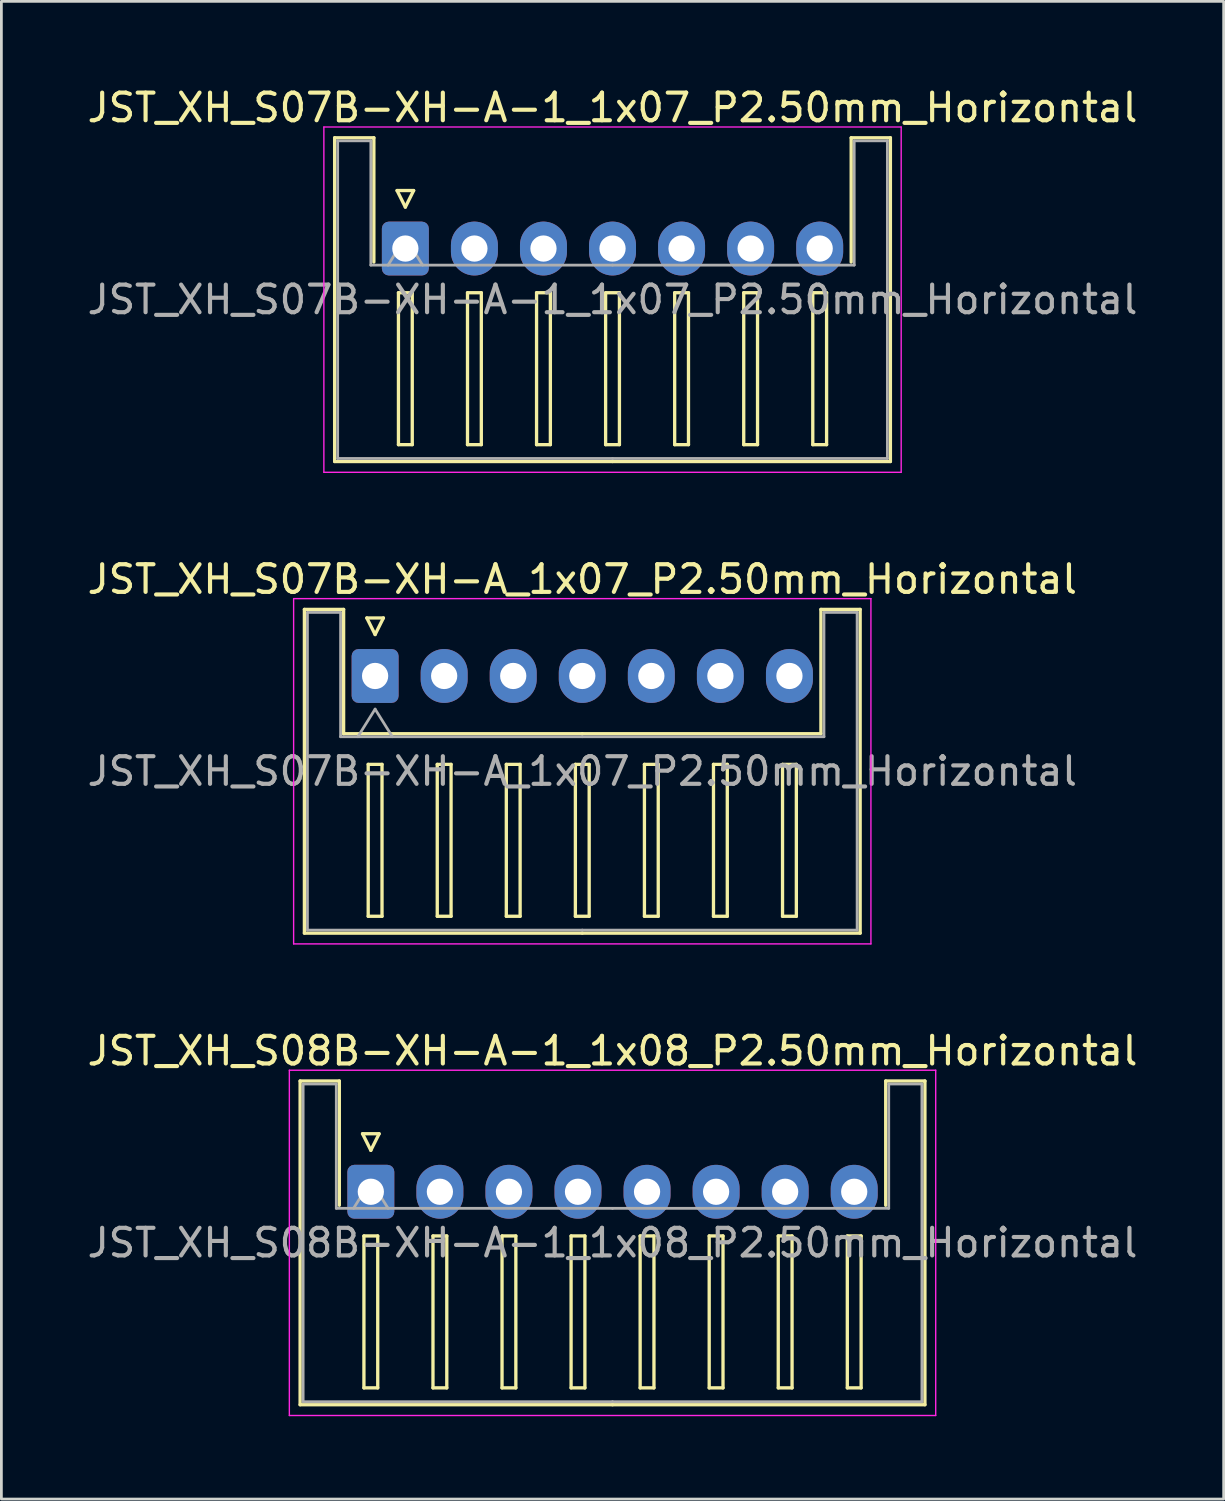
<source format=kicad_pcb>
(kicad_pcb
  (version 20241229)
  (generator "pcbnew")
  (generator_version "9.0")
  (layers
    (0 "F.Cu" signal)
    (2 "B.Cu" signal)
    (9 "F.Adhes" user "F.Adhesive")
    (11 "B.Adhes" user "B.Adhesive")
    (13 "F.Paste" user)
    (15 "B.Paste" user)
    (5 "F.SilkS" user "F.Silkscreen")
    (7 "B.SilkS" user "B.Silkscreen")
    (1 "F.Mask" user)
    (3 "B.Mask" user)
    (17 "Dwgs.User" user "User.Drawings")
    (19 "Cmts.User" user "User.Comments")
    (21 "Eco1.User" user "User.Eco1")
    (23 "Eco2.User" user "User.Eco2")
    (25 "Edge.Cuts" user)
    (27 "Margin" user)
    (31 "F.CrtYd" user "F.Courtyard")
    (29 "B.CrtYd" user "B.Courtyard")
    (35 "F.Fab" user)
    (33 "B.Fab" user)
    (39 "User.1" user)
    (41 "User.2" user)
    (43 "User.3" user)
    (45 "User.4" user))
  (footprint "JST_XH_S08B-XH-A-1_1x08_P2.50mm_Horizontal"
    (layer "F.Cu")
    (at 10.375 40.095)
    (property "Reference" "JST_XH_S08B-XH-A-1_1x08_P2.50mm_Horizontal" (at 8.75 -5.1 0) (layer "F.SilkS") (effects (font (size 1 1) (thickness 0.15))))
    (attr through_hole)
    (fp_line (start -2.56 -4.01) (end -1.14 -4.01) (stroke (width 0.12) (type solid)) (layer "F.SilkS"))
    (fp_line (start -2.56 7.71) (end -2.56 -4.01) (stroke (width 0.12) (type solid)) (layer "F.SilkS"))
    (fp_line (start -1.14 -4.01) (end -1.14 0.49) (stroke (width 0.12) (type solid)) (layer "F.SilkS"))
    (fp_line (start -0.3 -2.1) (end 0.3 -2.1) (stroke (width 0.12) (type solid)) (layer "F.SilkS"))
    (fp_line (start -0.25 1.6) (end -0.25 7.1) (stroke (width 0.12) (type solid)) (layer "F.SilkS"))
    (fp_line (start -0.25 7.1) (end 0.25 7.1) (stroke (width 0.12) (type solid)) (layer "F.SilkS"))
    (fp_line (start 0 -1.5) (end -0.3 -2.1) (stroke (width 0.12) (type solid)) (layer "F.SilkS"))
    (fp_line (start 0.25 1.6) (end -0.25 1.6) (stroke (width 0.12) (type solid)) (layer "F.SilkS"))
    (fp_line (start 0.25 7.1) (end 0.25 1.6) (stroke (width 0.12) (type solid)) (layer "F.SilkS"))
    (fp_line (start 0.3 -2.1) (end 0 -1.5) (stroke (width 0.12) (type solid)) (layer "F.SilkS"))
    (fp_line (start 2.25 1.6) (end 2.25 7.1) (stroke (width 0.12) (type solid)) (layer "F.SilkS"))
    (fp_line (start 2.25 7.1) (end 2.75 7.1) (stroke (width 0.12) (type solid)) (layer "F.SilkS"))
    (fp_line (start 2.75 1.6) (end 2.25 1.6) (stroke (width 0.12) (type solid)) (layer "F.SilkS"))
    (fp_line (start 2.75 7.1) (end 2.75 1.6) (stroke (width 0.12) (type solid)) (layer "F.SilkS"))
    (fp_line (start 4.75 1.6) (end 4.75 7.1) (stroke (width 0.12) (type solid)) (layer "F.SilkS"))
    (fp_line (start 4.75 7.1) (end 5.25 7.1) (stroke (width 0.12) (type solid)) (layer "F.SilkS"))
    (fp_line (start 5.25 1.6) (end 4.75 1.6) (stroke (width 0.12) (type solid)) (layer "F.SilkS"))
    (fp_line (start 5.25 7.1) (end 5.25 1.6) (stroke (width 0.12) (type solid)) (layer "F.SilkS"))
    (fp_line (start 7.25 1.6) (end 7.25 7.1) (stroke (width 0.12) (type solid)) (layer "F.SilkS"))
    (fp_line (start 7.25 7.1) (end 7.75 7.1) (stroke (width 0.12) (type solid)) (layer "F.SilkS"))
    (fp_line (start 7.75 1.6) (end 7.25 1.6) (stroke (width 0.12) (type solid)) (layer "F.SilkS"))
    (fp_line (start 7.75 7.1) (end 7.75 1.6) (stroke (width 0.12) (type solid)) (layer "F.SilkS"))
    (fp_line (start 8.75 7.71) (end -2.56 7.71) (stroke (width 0.12) (type solid)) (layer "F.SilkS"))
    (fp_line (start 8.75 7.71) (end 20.06 7.71) (stroke (width 0.12) (type solid)) (layer "F.SilkS"))
    (fp_line (start 9.75 1.6) (end 9.75 7.1) (stroke (width 0.12) (type solid)) (layer "F.SilkS"))
    (fp_line (start 9.75 7.1) (end 10.25 7.1) (stroke (width 0.12) (type solid)) (layer "F.SilkS"))
    (fp_line (start 10.25 1.6) (end 9.75 1.6) (stroke (width 0.12) (type solid)) (layer "F.SilkS"))
    (fp_line (start 10.25 7.1) (end 10.25 1.6) (stroke (width 0.12) (type solid)) (layer "F.SilkS"))
    (fp_line (start 12.25 1.6) (end 12.25 7.1) (stroke (width 0.12) (type solid)) (layer "F.SilkS"))
    (fp_line (start 12.25 7.1) (end 12.75 7.1) (stroke (width 0.12) (type solid)) (layer "F.SilkS"))
    (fp_line (start 12.75 1.6) (end 12.25 1.6) (stroke (width 0.12) (type solid)) (layer "F.SilkS"))
    (fp_line (start 12.75 7.1) (end 12.75 1.6) (stroke (width 0.12) (type solid)) (layer "F.SilkS"))
    (fp_line (start 14.75 1.6) (end 14.75 7.1) (stroke (width 0.12) (type solid)) (layer "F.SilkS"))
    (fp_line (start 14.75 7.1) (end 15.25 7.1) (stroke (width 0.12) (type solid)) (layer "F.SilkS"))
    (fp_line (start 15.25 1.6) (end 14.75 1.6) (stroke (width 0.12) (type solid)) (layer "F.SilkS"))
    (fp_line (start 15.25 7.1) (end 15.25 1.6) (stroke (width 0.12) (type solid)) (layer "F.SilkS"))
    (fp_line (start 17.25 1.6) (end 17.25 7.1) (stroke (width 0.12) (type solid)) (layer "F.SilkS"))
    (fp_line (start 17.25 7.1) (end 17.75 7.1) (stroke (width 0.12) (type solid)) (layer "F.SilkS"))
    (fp_line (start 17.75 1.6) (end 17.25 1.6) (stroke (width 0.12) (type solid)) (layer "F.SilkS"))
    (fp_line (start 17.75 7.1) (end 17.75 1.6) (stroke (width 0.12) (type solid)) (layer "F.SilkS"))
    (fp_line (start 18.64 -4.01) (end 18.64 0.49) (stroke (width 0.12) (type solid)) (layer "F.SilkS"))
    (fp_line (start 20.06 -4.01) (end 18.64 -4.01) (stroke (width 0.12) (type solid)) (layer "F.SilkS"))
    (fp_line (start 20.06 7.71) (end 20.06 -4.01) (stroke (width 0.12) (type solid)) (layer "F.SilkS"))
    (fp_line (start -2.95 -4.4) (end -2.95 8.1) (stroke (width 0.05) (type solid)) (layer "F.CrtYd"))
    (fp_line (start -2.95 8.1) (end 20.45 8.1) (stroke (width 0.05) (type solid)) (layer "F.CrtYd"))
    (fp_line (start 20.45 -4.4) (end -2.95 -4.4) (stroke (width 0.05) (type solid)) (layer "F.CrtYd"))
    (fp_line (start 20.45 8.1) (end 20.45 -4.4) (stroke (width 0.05) (type solid)) (layer "F.CrtYd"))
    (fp_line (start -2.45 -3.9) (end -1.25 -3.9) (stroke (width 0.1) (type solid)) (layer "F.Fab"))
    (fp_line (start -2.45 7.6) (end -2.45 -3.9) (stroke (width 0.1) (type solid)) (layer "F.Fab"))
    (fp_line (start -1.25 -3.9) (end -1.25 0.6) (stroke (width 0.1) (type solid)) (layer "F.Fab"))
    (fp_line (start -1.25 0.6) (end 8.75 0.6) (stroke (width 0.1) (type solid)) (layer "F.Fab"))
    (fp_line (start -0.625 0.6) (end 0 -0.4) (stroke (width 0.1) (type solid)) (layer "F.Fab"))
    (fp_line (start 0 -0.4) (end 0.625 0.6) (stroke (width 0.1) (type solid)) (layer "F.Fab"))
    (fp_line (start 8.75 7.6) (end -2.45 7.6) (stroke (width 0.1) (type solid)) (layer "F.Fab"))
    (fp_line (start 8.75 7.6) (end 19.95 7.6) (stroke (width 0.1) (type solid)) (layer "F.Fab"))
    (fp_line (start 18.75 -3.9) (end 18.75 0.6) (stroke (width 0.1) (type solid)) (layer "F.Fab"))
    (fp_line (start 18.75 0.6) (end 8.75 0.6) (stroke (width 0.1) (type solid)) (layer "F.Fab"))
    (fp_line (start 19.95 -3.9) (end 18.75 -3.9) (stroke (width 0.1) (type solid)) (layer "F.Fab"))
    (fp_line (start 19.95 7.6) (end 19.95 -3.9) (stroke (width 0.1) (type solid)) (layer "F.Fab"))
    (fp_text user "${REFERENCE}" (at 8.75 1.85 0) (layer "F.Fab") (effects (font (size 1 1) (thickness 0.15))))
    (pad "1" thru_hole roundrect (at 0 0) (size 1.7 1.95) (drill 0.95) (layers "*.Cu" "*.Mask") (roundrect_rratio 0.147))
    (pad "2" thru_hole oval (at 2.5 0) (size 1.7 1.95) (drill 0.95) (layers "*.Cu" "*.Mask"))
    (pad "3" thru_hole oval (at 5 0) (size 1.7 1.95) (drill 0.95) (layers "*.Cu" "*.Mask"))
    (pad "4" thru_hole oval (at 7.5 0) (size 1.7 1.95) (drill 0.95) (layers "*.Cu" "*.Mask"))
    (pad "5" thru_hole oval (at 10 0) (size 1.7 1.95) (drill 0.95) (layers "*.Cu" "*.Mask"))
    (pad "6" thru_hole oval (at 12.5 0) (size 1.7 1.95) (drill 0.95) (layers "*.Cu" "*.Mask"))
    (pad "7" thru_hole oval (at 15 0) (size 1.7 1.95) (drill 0.95) (layers "*.Cu" "*.Mask"))
    (pad "8" thru_hole oval (at 17.5 0) (size 1.7 1.95) (drill 0.95) (layers "*.Cu" "*.Mask")))
  (footprint "JST_XH_S07B-XH-A-1_1x07_P2.50mm_Horizontal"
    (layer "F.Cu")
    (at 11.625 5.948)
    (property "Reference" "JST_XH_S07B-XH-A-1_1x07_P2.50mm_Horizontal" (at 7.5 -5.1 0) (layer "F.SilkS") (effects (font (size 1 1) (thickness 0.15))))
    (attr through_hole)
    (fp_line (start -2.56 -4.01) (end -1.14 -4.01) (stroke (width 0.12) (type solid)) (layer "F.SilkS"))
    (fp_line (start -2.56 7.71) (end -2.56 -4.01) (stroke (width 0.12) (type solid)) (layer "F.SilkS"))
    (fp_line (start -1.14 -4.01) (end -1.14 0.49) (stroke (width 0.12) (type solid)) (layer "F.SilkS"))
    (fp_line (start -0.3 -2.1) (end 0.3 -2.1) (stroke (width 0.12) (type solid)) (layer "F.SilkS"))
    (fp_line (start -0.25 1.6) (end -0.25 7.1) (stroke (width 0.12) (type solid)) (layer "F.SilkS"))
    (fp_line (start -0.25 7.1) (end 0.25 7.1) (stroke (width 0.12) (type solid)) (layer "F.SilkS"))
    (fp_line (start 0 -1.5) (end -0.3 -2.1) (stroke (width 0.12) (type solid)) (layer "F.SilkS"))
    (fp_line (start 0.25 1.6) (end -0.25 1.6) (stroke (width 0.12) (type solid)) (layer "F.SilkS"))
    (fp_line (start 0.25 7.1) (end 0.25 1.6) (stroke (width 0.12) (type solid)) (layer "F.SilkS"))
    (fp_line (start 0.3 -2.1) (end 0 -1.5) (stroke (width 0.12) (type solid)) (layer "F.SilkS"))
    (fp_line (start 2.25 1.6) (end 2.25 7.1) (stroke (width 0.12) (type solid)) (layer "F.SilkS"))
    (fp_line (start 2.25 7.1) (end 2.75 7.1) (stroke (width 0.12) (type solid)) (layer "F.SilkS"))
    (fp_line (start 2.75 1.6) (end 2.25 1.6) (stroke (width 0.12) (type solid)) (layer "F.SilkS"))
    (fp_line (start 2.75 7.1) (end 2.75 1.6) (stroke (width 0.12) (type solid)) (layer "F.SilkS"))
    (fp_line (start 4.75 1.6) (end 4.75 7.1) (stroke (width 0.12) (type solid)) (layer "F.SilkS"))
    (fp_line (start 4.75 7.1) (end 5.25 7.1) (stroke (width 0.12) (type solid)) (layer "F.SilkS"))
    (fp_line (start 5.25 1.6) (end 4.75 1.6) (stroke (width 0.12) (type solid)) (layer "F.SilkS"))
    (fp_line (start 5.25 7.1) (end 5.25 1.6) (stroke (width 0.12) (type solid)) (layer "F.SilkS"))
    (fp_line (start 7.25 1.6) (end 7.25 7.1) (stroke (width 0.12) (type solid)) (layer "F.SilkS"))
    (fp_line (start 7.25 7.1) (end 7.75 7.1) (stroke (width 0.12) (type solid)) (layer "F.SilkS"))
    (fp_line (start 7.5 7.71) (end -2.56 7.71) (stroke (width 0.12) (type solid)) (layer "F.SilkS"))
    (fp_line (start 7.5 7.71) (end 17.56 7.71) (stroke (width 0.12) (type solid)) (layer "F.SilkS"))
    (fp_line (start 7.75 1.6) (end 7.25 1.6) (stroke (width 0.12) (type solid)) (layer "F.SilkS"))
    (fp_line (start 7.75 7.1) (end 7.75 1.6) (stroke (width 0.12) (type solid)) (layer "F.SilkS"))
    (fp_line (start 9.75 1.6) (end 9.75 7.1) (stroke (width 0.12) (type solid)) (layer "F.SilkS"))
    (fp_line (start 9.75 7.1) (end 10.25 7.1) (stroke (width 0.12) (type solid)) (layer "F.SilkS"))
    (fp_line (start 10.25 1.6) (end 9.75 1.6) (stroke (width 0.12) (type solid)) (layer "F.SilkS"))
    (fp_line (start 10.25 7.1) (end 10.25 1.6) (stroke (width 0.12) (type solid)) (layer "F.SilkS"))
    (fp_line (start 12.25 1.6) (end 12.25 7.1) (stroke (width 0.12) (type solid)) (layer "F.SilkS"))
    (fp_line (start 12.25 7.1) (end 12.75 7.1) (stroke (width 0.12) (type solid)) (layer "F.SilkS"))
    (fp_line (start 12.75 1.6) (end 12.25 1.6) (stroke (width 0.12) (type solid)) (layer "F.SilkS"))
    (fp_line (start 12.75 7.1) (end 12.75 1.6) (stroke (width 0.12) (type solid)) (layer "F.SilkS"))
    (fp_line (start 14.75 1.6) (end 14.75 7.1) (stroke (width 0.12) (type solid)) (layer "F.SilkS"))
    (fp_line (start 14.75 7.1) (end 15.25 7.1) (stroke (width 0.12) (type solid)) (layer "F.SilkS"))
    (fp_line (start 15.25 1.6) (end 14.75 1.6) (stroke (width 0.12) (type solid)) (layer "F.SilkS"))
    (fp_line (start 15.25 7.1) (end 15.25 1.6) (stroke (width 0.12) (type solid)) (layer "F.SilkS"))
    (fp_line (start 16.14 -4.01) (end 16.14 0.49) (stroke (width 0.12) (type solid)) (layer "F.SilkS"))
    (fp_line (start 17.56 -4.01) (end 16.14 -4.01) (stroke (width 0.12) (type solid)) (layer "F.SilkS"))
    (fp_line (start 17.56 7.71) (end 17.56 -4.01) (stroke (width 0.12) (type solid)) (layer "F.SilkS"))
    (fp_line (start -2.95 -4.4) (end -2.95 8.1) (stroke (width 0.05) (type solid)) (layer "F.CrtYd"))
    (fp_line (start -2.95 8.1) (end 17.95 8.1) (stroke (width 0.05) (type solid)) (layer "F.CrtYd"))
    (fp_line (start 17.95 -4.4) (end -2.95 -4.4) (stroke (width 0.05) (type solid)) (layer "F.CrtYd"))
    (fp_line (start 17.95 8.1) (end 17.95 -4.4) (stroke (width 0.05) (type solid)) (layer "F.CrtYd"))
    (fp_line (start -2.45 -3.9) (end -1.25 -3.9) (stroke (width 0.1) (type solid)) (layer "F.Fab"))
    (fp_line (start -2.45 7.6) (end -2.45 -3.9) (stroke (width 0.1) (type solid)) (layer "F.Fab"))
    (fp_line (start -1.25 -3.9) (end -1.25 0.6) (stroke (width 0.1) (type solid)) (layer "F.Fab"))
    (fp_line (start -1.25 0.6) (end 7.5 0.6) (stroke (width 0.1) (type solid)) (layer "F.Fab"))
    (fp_line (start -0.625 0.6) (end 0 -0.4) (stroke (width 0.1) (type solid)) (layer "F.Fab"))
    (fp_line (start 0 -0.4) (end 0.625 0.6) (stroke (width 0.1) (type solid)) (layer "F.Fab"))
    (fp_line (start 7.5 7.6) (end -2.45 7.6) (stroke (width 0.1) (type solid)) (layer "F.Fab"))
    (fp_line (start 7.5 7.6) (end 17.45 7.6) (stroke (width 0.1) (type solid)) (layer "F.Fab"))
    (fp_line (start 16.25 -3.9) (end 16.25 0.6) (stroke (width 0.1) (type solid)) (layer "F.Fab"))
    (fp_line (start 16.25 0.6) (end 7.5 0.6) (stroke (width 0.1) (type solid)) (layer "F.Fab"))
    (fp_line (start 17.45 -3.9) (end 16.25 -3.9) (stroke (width 0.1) (type solid)) (layer "F.Fab"))
    (fp_line (start 17.45 7.6) (end 17.45 -3.9) (stroke (width 0.1) (type solid)) (layer "F.Fab"))
    (fp_text user "${REFERENCE}" (at 7.5 1.85 0) (layer "F.Fab") (effects (font (size 1 1) (thickness 0.15))))
    (pad "1" thru_hole roundrect (at 0 0) (size 1.7 1.95) (drill 0.95) (layers "*.Cu" "*.Mask") (roundrect_rratio 0.147))
    (pad "2" thru_hole oval (at 2.5 0) (size 1.7 1.95) (drill 0.95) (layers "*.Cu" "*.Mask"))
    (pad "3" thru_hole oval (at 5 0) (size 1.7 1.95) (drill 0.95) (layers "*.Cu" "*.Mask"))
    (pad "4" thru_hole oval (at 7.5 0) (size 1.7 1.95) (drill 0.95) (layers "*.Cu" "*.Mask"))
    (pad "5" thru_hole oval (at 10 0) (size 1.7 1.95) (drill 0.95) (layers "*.Cu" "*.Mask"))
    (pad "6" thru_hole oval (at 12.5 0) (size 1.7 1.95) (drill 0.95) (layers "*.Cu" "*.Mask"))
    (pad "7" thru_hole oval (at 15 0) (size 1.7 1.95) (drill 0.95) (layers "*.Cu" "*.Mask")))
  (footprint "JST_XH_S07B-XH-A_1x07_P2.50mm_Horizontal"
    (layer "F.Cu")
    (at 10.53 21.422)
    (property "Reference" "JST_XH_S07B-XH-A_1x07_P2.50mm_Horizontal" (at 7.5 -3.5 0) (layer "F.SilkS") (effects (font (size 1 1) (thickness 0.15))))
    (attr through_hole)
    (fp_line (start -2.56 -2.41) (end -1.14 -2.41) (stroke (width 0.12) (type solid)) (layer "F.SilkS"))
    (fp_line (start -2.56 9.31) (end -2.56 -2.41) (stroke (width 0.12) (type solid)) (layer "F.SilkS"))
    (fp_line (start -1.14 -2.41) (end -1.14 2.09) (stroke (width 0.12) (type solid)) (layer "F.SilkS"))
    (fp_line (start -1.14 2.09) (end 7.5 2.09) (stroke (width 0.12) (type solid)) (layer "F.SilkS"))
    (fp_line (start -0.3 -2.1) (end 0.3 -2.1) (stroke (width 0.12) (type solid)) (layer "F.SilkS"))
    (fp_line (start -0.25 3.2) (end -0.25 8.7) (stroke (width 0.12) (type solid)) (layer "F.SilkS"))
    (fp_line (start -0.25 8.7) (end 0.25 8.7) (stroke (width 0.12) (type solid)) (layer "F.SilkS"))
    (fp_line (start 0 -1.5) (end -0.3 -2.1) (stroke (width 0.12) (type solid)) (layer "F.SilkS"))
    (fp_line (start 0.25 3.2) (end -0.25 3.2) (stroke (width 0.12) (type solid)) (layer "F.SilkS"))
    (fp_line (start 0.25 8.7) (end 0.25 3.2) (stroke (width 0.12) (type solid)) (layer "F.SilkS"))
    (fp_line (start 0.3 -2.1) (end 0 -1.5) (stroke (width 0.12) (type solid)) (layer "F.SilkS"))
    (fp_line (start 2.25 3.2) (end 2.25 8.7) (stroke (width 0.12) (type solid)) (layer "F.SilkS"))
    (fp_line (start 2.25 8.7) (end 2.75 8.7) (stroke (width 0.12) (type solid)) (layer "F.SilkS"))
    (fp_line (start 2.75 3.2) (end 2.25 3.2) (stroke (width 0.12) (type solid)) (layer "F.SilkS"))
    (fp_line (start 2.75 8.7) (end 2.75 3.2) (stroke (width 0.12) (type solid)) (layer "F.SilkS"))
    (fp_line (start 4.75 3.2) (end 4.75 8.7) (stroke (width 0.12) (type solid)) (layer "F.SilkS"))
    (fp_line (start 4.75 8.7) (end 5.25 8.7) (stroke (width 0.12) (type solid)) (layer "F.SilkS"))
    (fp_line (start 5.25 3.2) (end 4.75 3.2) (stroke (width 0.12) (type solid)) (layer "F.SilkS"))
    (fp_line (start 5.25 8.7) (end 5.25 3.2) (stroke (width 0.12) (type solid)) (layer "F.SilkS"))
    (fp_line (start 7.25 3.2) (end 7.25 8.7) (stroke (width 0.12) (type solid)) (layer "F.SilkS"))
    (fp_line (start 7.25 8.7) (end 7.75 8.7) (stroke (width 0.12) (type solid)) (layer "F.SilkS"))
    (fp_line (start 7.5 9.31) (end -2.56 9.31) (stroke (width 0.12) (type solid)) (layer "F.SilkS"))
    (fp_line (start 7.5 9.31) (end 17.56 9.31) (stroke (width 0.12) (type solid)) (layer "F.SilkS"))
    (fp_line (start 7.75 3.2) (end 7.25 3.2) (stroke (width 0.12) (type solid)) (layer "F.SilkS"))
    (fp_line (start 7.75 8.7) (end 7.75 3.2) (stroke (width 0.12) (type solid)) (layer "F.SilkS"))
    (fp_line (start 9.75 3.2) (end 9.75 8.7) (stroke (width 0.12) (type solid)) (layer "F.SilkS"))
    (fp_line (start 9.75 8.7) (end 10.25 8.7) (stroke (width 0.12) (type solid)) (layer "F.SilkS"))
    (fp_line (start 10.25 3.2) (end 9.75 3.2) (stroke (width 0.12) (type solid)) (layer "F.SilkS"))
    (fp_line (start 10.25 8.7) (end 10.25 3.2) (stroke (width 0.12) (type solid)) (layer "F.SilkS"))
    (fp_line (start 12.25 3.2) (end 12.25 8.7) (stroke (width 0.12) (type solid)) (layer "F.SilkS"))
    (fp_line (start 12.25 8.7) (end 12.75 8.7) (stroke (width 0.12) (type solid)) (layer "F.SilkS"))
    (fp_line (start 12.75 3.2) (end 12.25 3.2) (stroke (width 0.12) (type solid)) (layer "F.SilkS"))
    (fp_line (start 12.75 8.7) (end 12.75 3.2) (stroke (width 0.12) (type solid)) (layer "F.SilkS"))
    (fp_line (start 14.75 3.2) (end 14.75 8.7) (stroke (width 0.12) (type solid)) (layer "F.SilkS"))
    (fp_line (start 14.75 8.7) (end 15.25 8.7) (stroke (width 0.12) (type solid)) (layer "F.SilkS"))
    (fp_line (start 15.25 3.2) (end 14.75 3.2) (stroke (width 0.12) (type solid)) (layer "F.SilkS"))
    (fp_line (start 15.25 8.7) (end 15.25 3.2) (stroke (width 0.12) (type solid)) (layer "F.SilkS"))
    (fp_line (start 16.14 -2.41) (end 16.14 2.09) (stroke (width 0.12) (type solid)) (layer "F.SilkS"))
    (fp_line (start 16.14 2.09) (end 7.5 2.09) (stroke (width 0.12) (type solid)) (layer "F.SilkS"))
    (fp_line (start 17.56 -2.41) (end 16.14 -2.41) (stroke (width 0.12) (type solid)) (layer "F.SilkS"))
    (fp_line (start 17.56 9.31) (end 17.56 -2.41) (stroke (width 0.12) (type solid)) (layer "F.SilkS"))
    (fp_line (start -2.95 -2.8) (end -2.95 9.7) (stroke (width 0.05) (type solid)) (layer "F.CrtYd"))
    (fp_line (start -2.95 9.7) (end 17.95 9.7) (stroke (width 0.05) (type solid)) (layer "F.CrtYd"))
    (fp_line (start 17.95 -2.8) (end -2.95 -2.8) (stroke (width 0.05) (type solid)) (layer "F.CrtYd"))
    (fp_line (start 17.95 9.7) (end 17.95 -2.8) (stroke (width 0.05) (type solid)) (layer "F.CrtYd"))
    (fp_line (start -2.45 -2.3) (end -1.25 -2.3) (stroke (width 0.1) (type solid)) (layer "F.Fab"))
    (fp_line (start -2.45 9.2) (end -2.45 -2.3) (stroke (width 0.1) (type solid)) (layer "F.Fab"))
    (fp_line (start -1.25 -2.3) (end -1.25 2.2) (stroke (width 0.1) (type solid)) (layer "F.Fab"))
    (fp_line (start -1.25 2.2) (end 7.5 2.2) (stroke (width 0.1) (type solid)) (layer "F.Fab"))
    (fp_line (start -0.625 2.2) (end 0 1.2) (stroke (width 0.1) (type solid)) (layer "F.Fab"))
    (fp_line (start 0 1.2) (end 0.625 2.2) (stroke (width 0.1) (type solid)) (layer "F.Fab"))
    (fp_line (start 7.5 9.2) (end -2.45 9.2) (stroke (width 0.1) (type solid)) (layer "F.Fab"))
    (fp_line (start 7.5 9.2) (end 17.45 9.2) (stroke (width 0.1) (type solid)) (layer "F.Fab"))
    (fp_line (start 16.25 -2.3) (end 16.25 2.2) (stroke (width 0.1) (type solid)) (layer "F.Fab"))
    (fp_line (start 16.25 2.2) (end 7.5 2.2) (stroke (width 0.1) (type solid)) (layer "F.Fab"))
    (fp_line (start 17.45 -2.3) (end 16.25 -2.3) (stroke (width 0.1) (type solid)) (layer "F.Fab"))
    (fp_line (start 17.45 9.2) (end 17.45 -2.3) (stroke (width 0.1) (type solid)) (layer "F.Fab"))
    (fp_text user "${REFERENCE}" (at 7.5 3.45 0) (layer "F.Fab") (effects (font (size 1 1) (thickness 0.15))))
    (pad "1" thru_hole roundrect (at 0 0) (size 1.7 1.95) (drill 0.95) (layers "*.Cu" "*.Mask") (roundrect_rratio 0.147))
    (pad "2" thru_hole oval (at 2.5 0) (size 1.7 1.95) (drill 0.95) (layers "*.Cu" "*.Mask"))
    (pad "3" thru_hole oval (at 5 0) (size 1.7 1.95) (drill 0.95) (layers "*.Cu" "*.Mask"))
    (pad "4" thru_hole oval (at 7.5 0) (size 1.7 1.95) (drill 0.95) (layers "*.Cu" "*.Mask"))
    (pad "5" thru_hole oval (at 10 0) (size 1.7 1.95) (drill 0.95) (layers "*.Cu" "*.Mask"))
    (pad "6" thru_hole oval (at 12.5 0) (size 1.7 1.95) (drill 0.95) (layers "*.Cu" "*.Mask"))
    (pad "7" thru_hole oval (at 15 0) (size 1.7 1.95) (drill 0.95) (layers "*.Cu" "*.Mask")))
  (gr_rect
    (start -3 -3)
    (end 41.25 51.22)
    (stroke (width 0.1) (type default))
    (fill no)
    (layer "Edge.Cuts")))
</source>
